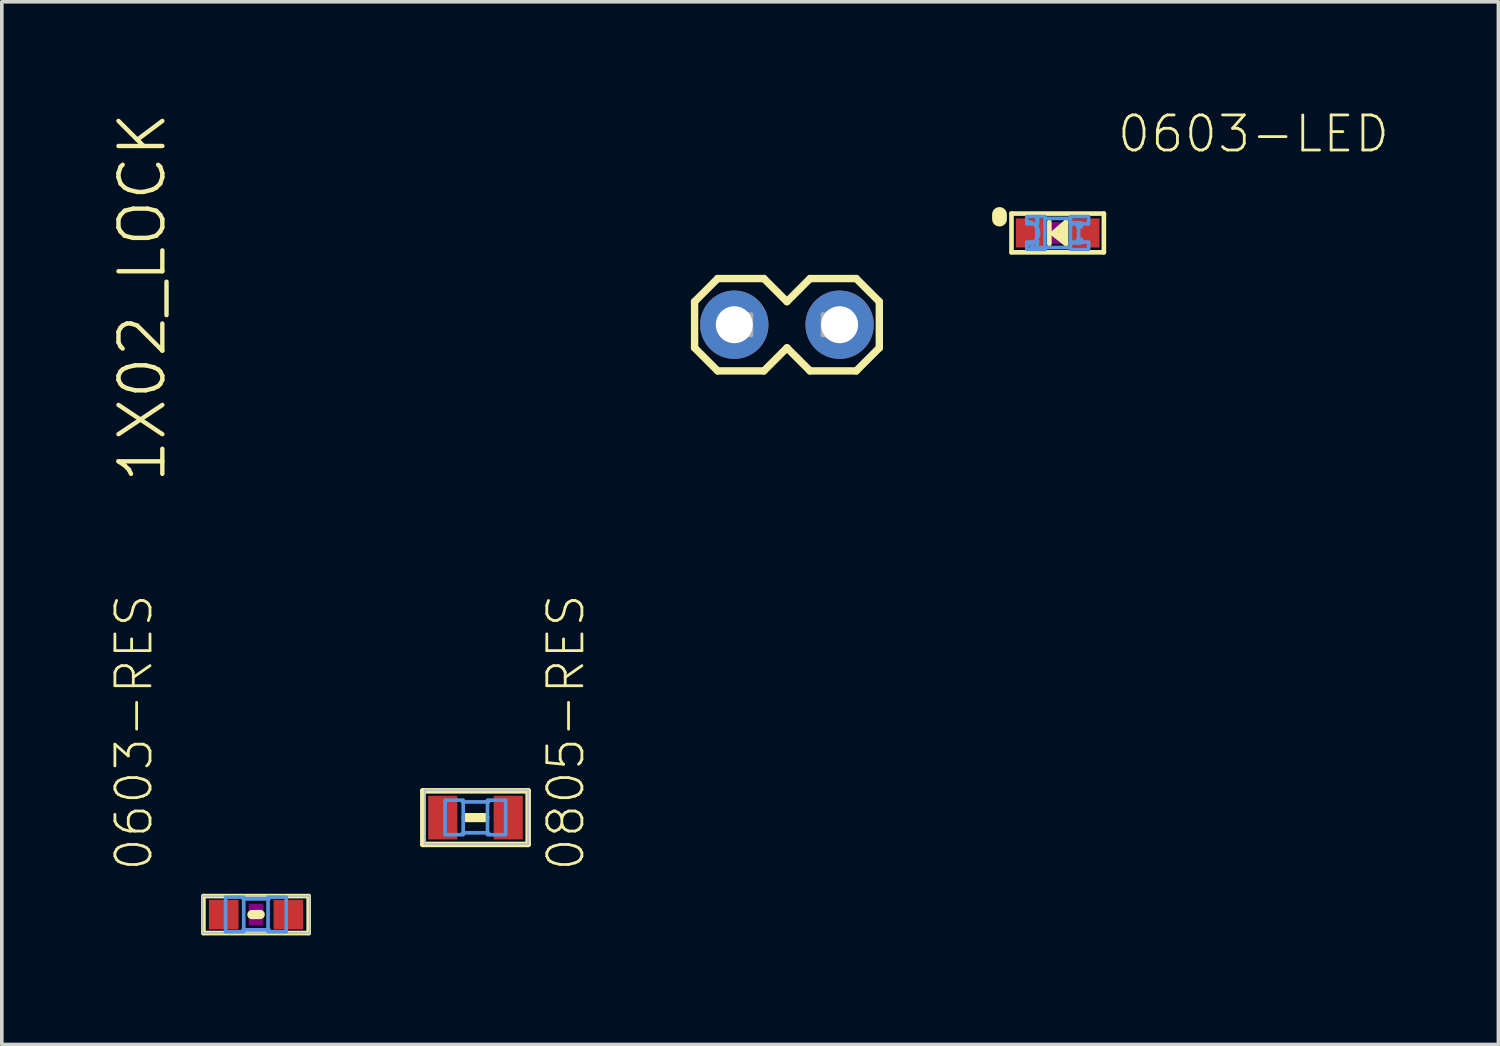
<source format=kicad_pcb>
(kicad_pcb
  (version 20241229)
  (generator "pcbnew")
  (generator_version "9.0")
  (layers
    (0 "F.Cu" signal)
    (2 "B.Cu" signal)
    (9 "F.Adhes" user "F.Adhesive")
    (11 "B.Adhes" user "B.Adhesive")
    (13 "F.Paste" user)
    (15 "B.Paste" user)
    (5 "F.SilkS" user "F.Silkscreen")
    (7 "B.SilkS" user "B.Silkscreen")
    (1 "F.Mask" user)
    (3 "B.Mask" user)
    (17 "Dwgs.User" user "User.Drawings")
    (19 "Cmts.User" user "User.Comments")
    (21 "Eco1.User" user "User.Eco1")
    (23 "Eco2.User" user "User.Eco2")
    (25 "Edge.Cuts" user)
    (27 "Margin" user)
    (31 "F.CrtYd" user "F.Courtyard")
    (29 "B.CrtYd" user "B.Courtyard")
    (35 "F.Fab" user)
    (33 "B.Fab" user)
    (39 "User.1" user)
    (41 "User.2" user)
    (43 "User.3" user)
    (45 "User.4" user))
  (footprint "1X02_LOCK"
    (layer "F.Cu")
    (at 17.321 5.88)
    (property "Reference" "1X02_LOCK" (at -15.753 4.41 90) (layer "F.SilkS") (effects (font (size 1.206 1.206) (thickness 0.121)) (justify left bottom)))
    (attr through_hole)
    (fp_line (start -1.27 -0.635) (end -1.27 0.635) (stroke (width 0.203) (type solid)) (layer "F.SilkS"))
    (fp_line (start -1.27 0.635) (end -0.635 1.27) (stroke (width 0.203) (type solid)) (layer "F.SilkS"))
    (fp_line (start -0.635 -1.27) (end -1.27 -0.635) (stroke (width 0.203) (type solid)) (layer "F.SilkS"))
    (fp_line (start -0.635 -1.27) (end 0.635 -1.27) (stroke (width 0.203) (type solid)) (layer "F.SilkS"))
    (fp_line (start 0.635 -1.27) (end 1.27 -0.635) (stroke (width 0.203) (type solid)) (layer "F.SilkS"))
    (fp_line (start 0.635 1.27) (end -0.635 1.27) (stroke (width 0.203) (type solid)) (layer "F.SilkS"))
    (fp_line (start 1.27 -0.635) (end 1.905 -1.27) (stroke (width 0.203) (type solid)) (layer "F.SilkS"))
    (fp_line (start 1.27 0.635) (end 0.635 1.27) (stroke (width 0.203) (type solid)) (layer "F.SilkS"))
    (fp_line (start 1.905 -1.27) (end 3.175 -1.27) (stroke (width 0.203) (type solid)) (layer "F.SilkS"))
    (fp_line (start 1.905 1.27) (end 1.27 0.635) (stroke (width 0.203) (type solid)) (layer "F.SilkS"))
    (fp_line (start 3.175 -1.27) (end 3.81 -0.635) (stroke (width 0.203) (type solid)) (layer "F.SilkS"))
    (fp_line (start 3.175 1.27) (end 1.905 1.27) (stroke (width 0.203) (type solid)) (layer "F.SilkS"))
    (fp_line (start 3.81 -0.635) (end 3.81 0.635) (stroke (width 0.203) (type solid)) (layer "F.SilkS"))
    (fp_line (start 3.81 0.635) (end 3.175 1.27) (stroke (width 0.203) (type solid)) (layer "F.SilkS"))
    (fp_poly (pts (xy -0.292 0.292) (xy 0.292 0.292) (xy 0.292 -0.292) (xy -0.292 -0.292)) (stroke (width 0.1) (type solid)) (fill no) (layer "F.Fab"))
    (fp_poly (pts (xy 2.248 0.292) (xy 2.832 0.292) (xy 2.832 -0.292) (xy 2.248 -0.292)) (stroke (width 0.1) (type solid)) (fill no) (layer "F.Fab"))
    (pad "1" thru_hole circle (at -0.178 0 90) (size 1.88 1.88) (drill 1.016) (layers "*.Cu" "*.Mask"))
    (pad "2" thru_hole circle (at 2.718 0 90) (size 1.88 1.88) (drill 1.016) (layers "*.Cu" "*.Mask")))
  (footprint "0805-RES"
    (layer "F.Cu")
    (at 10.026 19.434)
    (property "Reference" "0805-RES" (at 3.048 1.524 90) (layer "F.SilkS") (effects (font (size 0.965 0.965) (thickness 0.077)) (justify left bottom)))
    (attr through_hole)
    (fp_line (start -1.448 -0.737) (end 1.448 -0.737) (stroke (width 0.152) (type solid)) (layer "F.SilkS"))
    (fp_line (start -1.448 0.737) (end -1.448 -0.737) (stroke (width 0.152) (type solid)) (layer "F.SilkS"))
    (fp_line (start -1.448 0.737) (end 1.448 0.737) (stroke (width 0.152) (type solid)) (layer "F.SilkS"))
    (fp_line (start -0.254 0) (end 0.254 0) (stroke (width 0.254) (type solid)) (layer "F.SilkS"))
    (fp_line (start 1.448 0.737) (end 1.448 -0.737) (stroke (width 0.152) (type solid)) (layer "F.SilkS"))
    (fp_line (start -1.397 -0.754) (end 1.448 -0.754) (stroke (width 0.051) (type solid)) (layer "Dwgs.User"))
    (fp_line (start -1.397 0.729) (end -1.397 -0.754) (stroke (width 0.051) (type solid)) (layer "Dwgs.User"))
    (fp_line (start 1.448 -0.754) (end 1.448 0.729) (stroke (width 0.051) (type solid)) (layer "Dwgs.User"))
    (fp_line (start 1.448 0.729) (end -1.397 0.729) (stroke (width 0.051) (type solid)) (layer "Dwgs.User"))
    (fp_line (start -0.356 -0.432) (end 0.356 -0.432) (stroke (width 0.102) (type solid)) (layer "Cmts.User"))
    (fp_line (start -0.356 0.419) (end 0.356 0.419) (stroke (width 0.102) (type solid)) (layer "Cmts.User"))
    (fp_poly (pts (xy -0.838 0.47) (xy -0.338 0.47) (xy -0.338 -0.48) (xy -0.838 -0.48)) (stroke (width 0.1) (type solid)) (fill no) (layer "Cmts.User"))
    (fp_poly (pts (xy 0.33 0.47) (xy 0.83 0.47) (xy 0.83 -0.48) (xy 0.33 -0.48)) (stroke (width 0.1) (type solid)) (fill no) (layer "Cmts.User"))
    (pad "1" smd rect (at -0.9 0) (size 0.8 1.2) (layers "F.Cu" "F.Mask" "F.Paste"))
    (pad "2" smd rect (at 0.9 0) (size 0.8 1.2) (layers "F.Cu" "F.Mask" "F.Paste")))
  (footprint "0603-RES"
    (layer "F.Cu")
    (at 3.991 22.101)
    (property "Reference" "0603-RES" (at -2.794 -1.143 270) (layer "F.SilkS") (effects (font (size 0.965 0.965) (thickness 0.077)) (justify left bottom)))
    (attr through_hole)
    (fp_line (start -1.448 -0.508) (end -1.448 0.508) (stroke (width 0.127) (type solid)) (layer "F.SilkS"))
    (fp_line (start -1.448 0.508) (end 1.448 0.508) (stroke (width 0.127) (type solid)) (layer "F.SilkS"))
    (fp_line (start -0.114 0) (end 0.114 -0.003) (stroke (width 0.254) (type solid)) (layer "F.SilkS"))
    (fp_line (start 1.448 -0.508) (end -1.448 -0.508) (stroke (width 0.127) (type solid)) (layer "F.SilkS"))
    (fp_line (start 1.448 0.508) (end 1.448 -0.508) (stroke (width 0.127) (type solid)) (layer "F.SilkS"))
    (fp_poly (pts (xy -0.2 0.3) (xy 0.2 0.3) (xy 0.2 -0.3) (xy -0.2 -0.3)) (stroke (width 0) (type solid)) (fill yes) (layer "F.Adhes"))
    (fp_line (start -1.473 -0.508) (end 1.473 -0.508) (stroke (width 0.051) (type solid)) (layer "Dwgs.User"))
    (fp_line (start -1.473 0.508) (end -1.473 -0.508) (stroke (width 0.051) (type solid)) (layer "Dwgs.User"))
    (fp_line (start 1.473 -0.508) (end 1.473 0.508) (stroke (width 0.051) (type solid)) (layer "Dwgs.User"))
    (fp_line (start 1.473 0.508) (end -1.473 0.508) (stroke (width 0.051) (type solid)) (layer "Dwgs.User"))
    (fp_line (start -0.356 -0.432) (end 0.356 -0.432) (stroke (width 0.102) (type solid)) (layer "Cmts.User"))
    (fp_line (start -0.356 0.419) (end 0.356 0.419) (stroke (width 0.102) (type solid)) (layer "Cmts.User"))
    (fp_poly (pts (xy -0.838 0.47) (xy -0.338 0.47) (xy -0.338 -0.48) (xy -0.838 -0.48)) (stroke (width 0.1) (type solid)) (fill no) (layer "Cmts.User"))
    (fp_poly (pts (xy 0.33 0.47) (xy 0.83 0.47) (xy 0.83 -0.48) (xy 0.33 -0.48)) (stroke (width 0.1) (type solid)) (fill no) (layer "Cmts.User"))
    (pad "1" smd rect (at -0.889 0) (size 0.813 0.813) (layers "F.Cu" "F.Mask" "F.Paste"))
    (pad "2" smd rect (at 0.889 0) (size 0.813 0.813) (layers "F.Cu" "F.Mask" "F.Paste")))
  (footprint "0603-LED"
    (layer "F.Cu")
    (at 26.036 3.356)
    (property "Reference" "0603-LED" (at 1.588 -2.159 180) (layer "F.SilkS") (effects (font (size 0.965 0.965) (thickness 0.077)) (justify left bottom)))
    (attr through_hole)
    (fp_line (start -1.6 -0.381) (end -1.6 -0.508) (stroke (width 0.406) (type solid)) (layer "F.SilkS"))
    (fp_line (start -1.27 -0.533) (end -1.27 0.533) (stroke (width 0.127) (type solid)) (layer "F.SilkS"))
    (fp_line (start -1.27 0.533) (end 1.27 0.533) (stroke (width 0.127) (type solid)) (layer "F.SilkS"))
    (fp_line (start -0.229 0.305) (end -0.229 -0.305) (stroke (width 0.127) (type solid)) (layer "F.SilkS"))
    (fp_line (start -0.127 0.025) (end 0.229 0.305) (stroke (width 0.127) (type solid)) (layer "F.SilkS"))
    (fp_line (start -0.051 -0.051) (end -0.051 0.076) (stroke (width 0.127) (type solid)) (layer "F.SilkS"))
    (fp_line (start -0.051 0.076) (end 0.076 0.076) (stroke (width 0.127) (type solid)) (layer "F.SilkS"))
    (fp_line (start 0.076 0.076) (end 0.076 -0.076) (stroke (width 0.127) (type solid)) (layer "F.SilkS"))
    (fp_line (start 0.152 0.152) (end 0.152 -0.127) (stroke (width 0.127) (type solid)) (layer "F.SilkS"))
    (fp_line (start 0.229 -0.305) (end -0.127 0) (stroke (width 0.127) (type solid)) (layer "F.SilkS"))
    (fp_line (start 0.229 0.305) (end 0.229 -0.305) (stroke (width 0.127) (type solid)) (layer "F.SilkS"))
    (fp_line (start 1.27 -0.533) (end -1.27 -0.533) (stroke (width 0.127) (type solid)) (layer "F.SilkS"))
    (fp_line (start 1.27 0.533) (end 1.27 -0.533) (stroke (width 0.127) (type solid)) (layer "F.SilkS"))
    (fp_poly (pts (xy 0.2 -0.3) (xy -0.2 -0.3) (xy -0.2 0.3) (xy 0.2 0.3)) (stroke (width 0) (type solid)) (fill yes) (layer "F.Adhes"))
    (fp_line (start -0.375 0.4) (end 0.35 0.4) (stroke (width 0.102) (type solid)) (layer "Cmts.User"))
    (fp_line (start -0.35 -0.4) (end 0.35 -0.4) (stroke (width 0.102) (type solid)) (layer "Cmts.User"))
    (fp_arc (start -0.799998 -0.3) (mid -0.524966 0.000001) (end -0.8 0.3) (stroke (width 0.1016) (type solid)) (layer "Cmts.User"))
    (fp_arc (start 0.825 0.275) (mid 0.55 0) (end 0.825 -0.275) (stroke (width 0.0508) (type solid)) (layer "Cmts.User"))
    (fp_circle (center -0.625 0.35) (end -0.55 0.35) (stroke (width 0.051) (type solid)) (fill no) (layer "Cmts.User"))
    (fp_poly (pts (xy -0.7 0.45) (xy -0.7 0.25) (xy -0.85 0.25) (xy -0.85 0.45)) (stroke (width 0.1) (type solid)) (fill no) (layer "Cmts.User"))
    (fp_poly (pts (xy -0.55 -0.25) (xy -0.55 -0.45) (xy -0.85 -0.45) (xy -0.85 -0.25)) (stroke (width 0.1) (type solid)) (fill no) (layer "Cmts.User"))
    (fp_poly (pts (xy -0.55 0.275) (xy -0.55 0.225) (xy -0.6 0.225) (xy -0.6 0.275)) (stroke (width 0.1) (type solid)) (fill no) (layer "Cmts.User"))
    (fp_poly (pts (xy -0.35 0.45) (xy -0.35 -0.45) (xy -0.575 -0.45) (xy -0.575 0.45)) (stroke (width 0.1) (type solid)) (fill no) (layer "Cmts.User"))
    (fp_poly (pts (xy -0.35 0.45) (xy -0.35 0.4) (xy -0.725 0.4) (xy -0.725 0.45)) (stroke (width 0.1) (type solid)) (fill no) (layer "Cmts.User"))
    (fp_poly (pts (xy 0.575 0.275) (xy 0.575 -0.275) (xy 0.35 -0.275) (xy 0.35 0.275)) (stroke (width 0.1) (type solid)) (fill no) (layer "Cmts.User"))
    (fp_poly (pts (xy 0.65 -0.175) (xy 0.65 -0.275) (xy 0.55 -0.275) (xy 0.55 -0.175)) (stroke (width 0.1) (type solid)) (fill no) (layer "Cmts.User"))
    (fp_poly (pts (xy 0.65 0.275) (xy 0.65 0.175) (xy 0.55 0.175) (xy 0.55 0.275)) (stroke (width 0.1) (type solid)) (fill no) (layer "Cmts.User"))
    (fp_poly (pts (xy 0.85 -0.25) (xy 0.85 -0.45) (xy 0.35 -0.45) (xy 0.35 -0.25)) (stroke (width 0.1) (type solid)) (fill no) (layer "Cmts.User"))
    (fp_poly (pts (xy 0.85 0.45) (xy 0.85 0.25) (xy 0.35 0.25) (xy 0.35 0.45)) (stroke (width 0.1) (type solid)) (fill no) (layer "Cmts.User"))
    (pad "A" smd rect (at 0.75 0 90) (size 0.8 0.8) (layers "F.Cu" "F.Mask" "F.Paste"))
    (pad "C" smd rect (at -0.75 0 90) (size 0.8 0.8) (layers "F.Cu" "F.Mask" "F.Paste")))
  (gr_rect
    (start -3 -3)
    (end 38.155 25.673)
    (stroke (width 0.1) (type default))
    (fill no)
    (layer "Edge.Cuts")))
</source>
